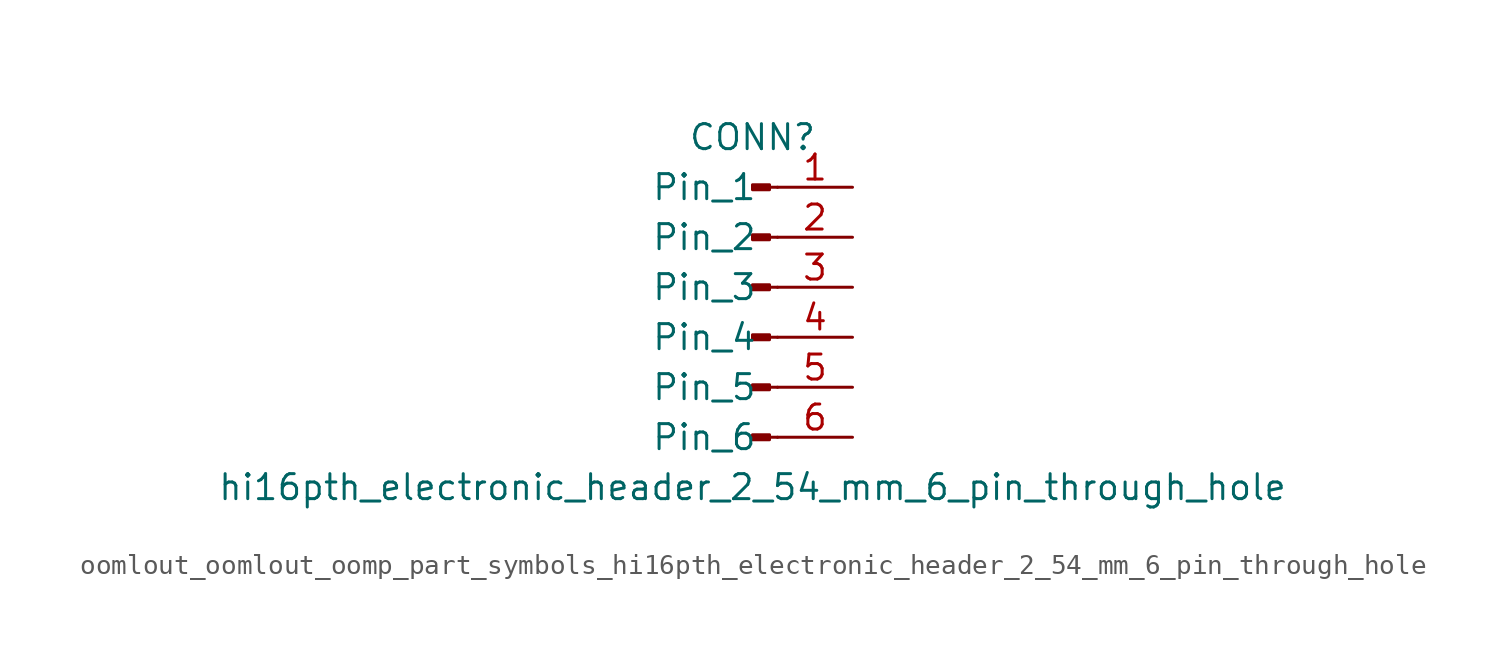
<source format=kicad_sym>
(kicad_symbol_lib
  (version 20220914)
  (generator kicad_symbol_editor)
  (symbol "oomlout_oomlout_oomp_part_symbols_hi16pth_electronic_header_2_54_mm_6_pin_through_hole"
    (pin_names
      (offset 1.016))
    (property "Reference" "CONN"
      (at 0 7.62 0)
      (effects (font (size 1.27 1.27))))
    (property "Value" "hi16pth_electronic_header_2_54_mm_6_pin_through_hole"
      (at 0 -10.16 0)
      (effects (font (size 1.27 1.27))))
    (property "ki_locked" ""
      (at 0 0 0)
      (effects (font (size 1.27 1.27))))
    (symbol "oomlout_oomlout_oomp_part_symbols_hi16pth_electronic_header_2_54_mm_6_pin_through_hole_1_1"
      (polyline (pts (xy 1.27 -7.62) (xy 0.864 -7.62)) (stroke (width 0.152) (type default)) (fill (type none)))
      (polyline (pts (xy 1.27 -5.08) (xy 0.864 -5.08)) (stroke (width 0.152) (type default)) (fill (type none)))
      (polyline (pts (xy 1.27 -2.54) (xy 0.864 -2.54)) (stroke (width 0.152) (type default)) (fill (type none)))
      (polyline (pts (xy 1.27 0) (xy 0.864 0)) (stroke (width 0.152) (type default)) (fill (type none)))
      (polyline (pts (xy 1.27 2.54) (xy 0.864 2.54)) (stroke (width 0.152) (type default)) (fill (type none)))
      (polyline (pts (xy 1.27 5.08) (xy 0.864 5.08)) (stroke (width 0.152) (type default)) (fill (type none)))
      (rectangle (start 0.864 -7.493) (end 0 -7.747) (stroke (width 0.152) (type default)) (fill (type outline)))
      (rectangle (start 0.864 -4.953) (end 0 -5.207) (stroke (width 0.152) (type default)) (fill (type outline)))
      (rectangle (start 0.864 -2.413) (end 0 -2.667) (stroke (width 0.152) (type default)) (fill (type outline)))
      (rectangle (start 0.864 0.127) (end 0 -0.127) (stroke (width 0.152) (type default)) (fill (type outline)))
      (rectangle (start 0.864 2.667) (end 0 2.413) (stroke (width 0.152) (type default)) (fill (type outline)))
      (rectangle (start 0.864 5.207) (end 0 4.953) (stroke (width 0.152) (type default)) (fill (type outline)))
      (pin passive line (at 5.08 5.08 180) (length 3.81) (name "Pin_1" (effects (font (size 1.27 1.27)))) (number "1" (effects (font (size 1.27 1.27)))))
      (pin passive line (at 5.08 2.54 180) (length 3.81) (name "Pin_2" (effects (font (size 1.27 1.27)))) (number "2" (effects (font (size 1.27 1.27)))))
      (pin passive line (at 5.08 0 180) (length 3.81) (name "Pin_3" (effects (font (size 1.27 1.27)))) (number "3" (effects (font (size 1.27 1.27)))))
      (pin passive line (at 5.08 -2.54 180) (length 3.81) (name "Pin_4" (effects (font (size 1.27 1.27)))) (number "4" (effects (font (size 1.27 1.27)))))
      (pin passive line (at 5.08 -5.08 180) (length 3.81) (name "Pin_5" (effects (font (size 1.27 1.27)))) (number "5" (effects (font (size 1.27 1.27)))))
      (pin passive line (at 5.08 -7.62 180) (length 3.81) (name "Pin_6" (effects (font (size 1.27 1.27)))) (number "6" (effects (font (size 1.27 1.27))))))))
</source>
